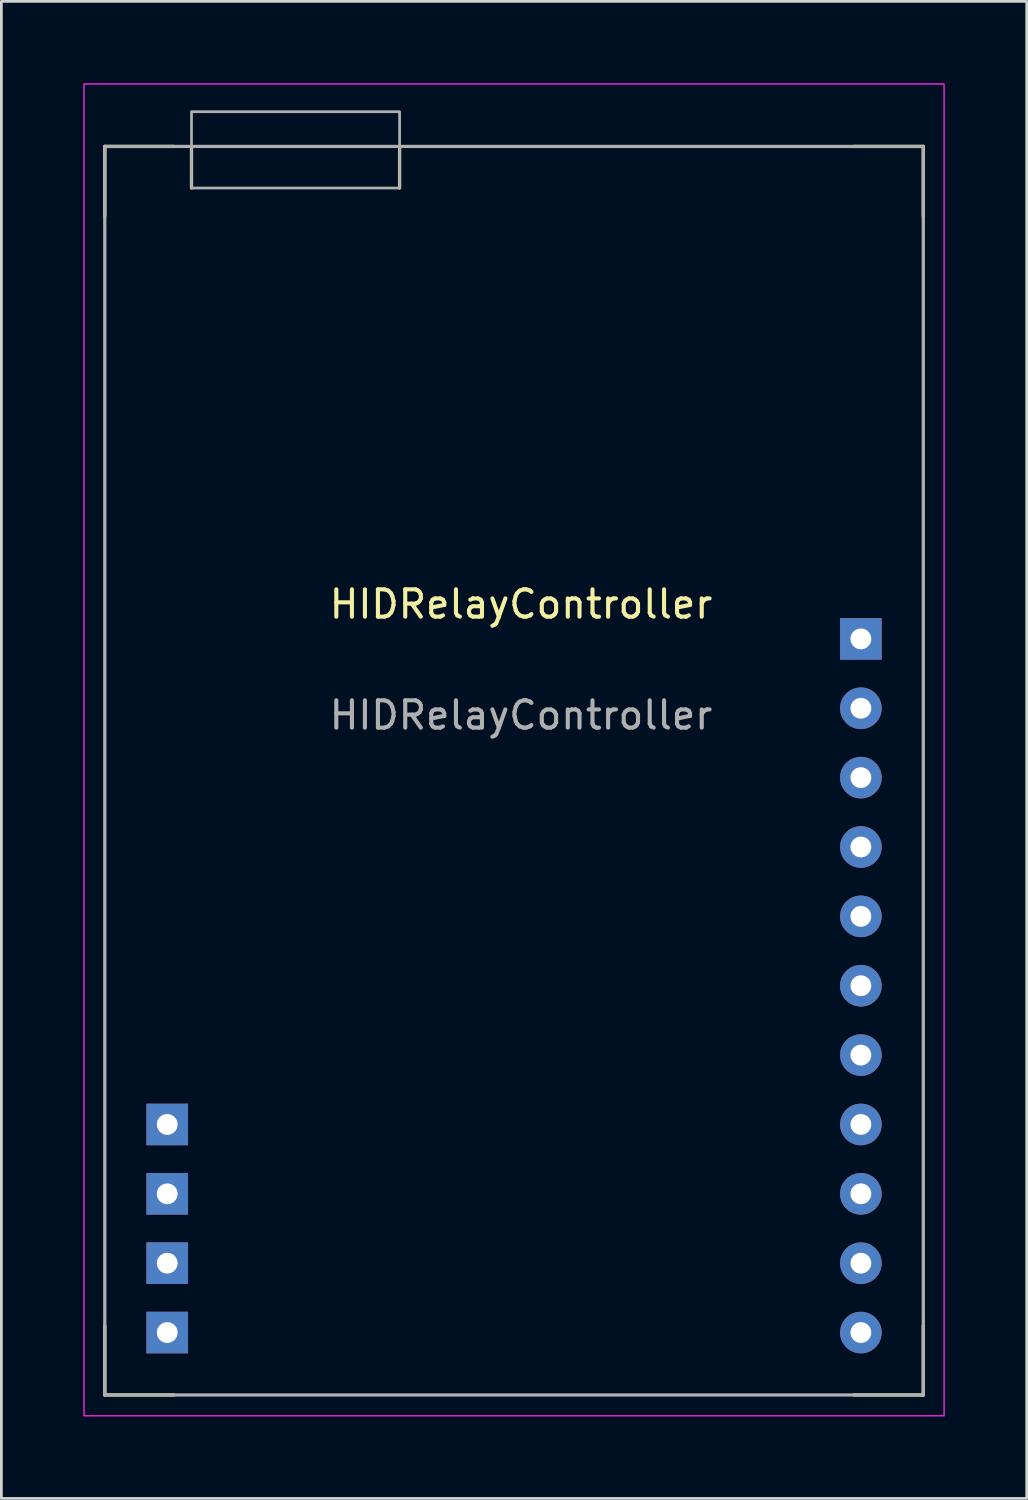
<source format=kicad_pcb>
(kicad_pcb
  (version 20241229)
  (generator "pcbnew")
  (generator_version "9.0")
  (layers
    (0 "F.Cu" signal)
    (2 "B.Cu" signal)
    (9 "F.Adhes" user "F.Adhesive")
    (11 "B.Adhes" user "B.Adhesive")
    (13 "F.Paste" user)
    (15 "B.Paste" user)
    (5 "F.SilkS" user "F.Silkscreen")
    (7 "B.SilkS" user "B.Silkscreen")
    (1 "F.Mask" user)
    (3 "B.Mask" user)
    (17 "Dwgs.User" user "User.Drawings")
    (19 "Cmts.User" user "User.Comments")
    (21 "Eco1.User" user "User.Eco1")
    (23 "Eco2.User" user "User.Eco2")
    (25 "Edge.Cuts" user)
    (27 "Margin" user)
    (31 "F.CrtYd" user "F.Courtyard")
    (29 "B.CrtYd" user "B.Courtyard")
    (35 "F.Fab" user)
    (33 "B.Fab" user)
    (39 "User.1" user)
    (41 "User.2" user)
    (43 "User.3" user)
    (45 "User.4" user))
  (footprint "HIDRelayController"
    (layer "F.Cu")
    (at 15.773 25.171)
    (property "Reference" "HIDRelayController" (at 0.254 -6.096 0) (unlocked yes) (layer "F.SilkS") (effects (font (size 1 1) (thickness 0.15))))
    (attr through_hole)
    (fp_line (start -14.986 -22.86) (end -14.986 -20.32) (stroke (width 0.12) (type solid)) (layer "F.SilkS"))
    (fp_line (start -14.986 -22.86) (end -12.446 -22.86) (stroke (width 0.12) (type solid)) (layer "F.SilkS"))
    (fp_line (start -14.986 22.86) (end -14.986 20.32) (stroke (width 0.12) (type solid)) (layer "F.SilkS"))
    (fp_line (start -14.986 22.86) (end -12.446 22.86) (stroke (width 0.12) (type solid)) (layer "F.SilkS"))
    (fp_line (start -11.811 -22.86) (end -11.811 -21.336) (stroke (width 0.12) (type solid)) (layer "F.SilkS"))
    (fp_line (start -4.191 -22.86) (end -4.191 -21.336) (stroke (width 0.12) (type solid)) (layer "F.SilkS"))
    (fp_line (start 14.986 -22.86) (end 12.446 -22.86) (stroke (width 0.12) (type solid)) (layer "F.SilkS"))
    (fp_line (start 14.986 -22.86) (end 14.986 -20.32) (stroke (width 0.12) (type solid)) (layer "F.SilkS"))
    (fp_line (start 14.986 22.86) (end 12.446 22.86) (stroke (width 0.12) (type solid)) (layer "F.SilkS"))
    (fp_line (start 14.986 22.86) (end 14.986 20.32) (stroke (width 0.12) (type solid)) (layer "F.SilkS"))
    (fp_rect (start -15.748 -25.146) (end 15.748 23.622) (stroke (width 0.05) (type solid)) (fill no) (layer "F.CrtYd"))
    (fp_rect (start -14.986 -22.86) (end 14.986 22.86) (stroke (width 0.12) (type solid)) (fill no) (layer "F.Fab"))
    (fp_rect (start -11.811 -24.13) (end -4.191 -21.336) (stroke (width 0.1) (type solid)) (fill no) (layer "F.Fab"))
    (fp_text user "${REFERENCE}" (at 0.254 -2.032 0) (unlocked yes) (layer "F.Fab") (effects (font (size 1 1) (thickness 0.15))))
    (pad "1" thru_hole rect (at 12.7 -4.826) (size 1.524 1.524) (drill 0.762) (layers "*.Cu" "*.Mask"))
    (pad "2" thru_hole circle (at 12.7 -2.286) (size 1.524 1.524) (drill 0.762) (layers "*.Cu" "*.Mask"))
    (pad "3" thru_hole circle (at 12.7 0.254) (size 1.524 1.524) (drill 0.762) (layers "*.Cu" "*.Mask"))
    (pad "4" thru_hole circle (at 12.7 2.794) (size 1.524 1.524) (drill 0.762) (layers "*.Cu" "*.Mask"))
    (pad "5" thru_hole circle (at 12.7 5.334) (size 1.524 1.524) (drill 0.762) (layers "*.Cu" "*.Mask"))
    (pad "6" thru_hole circle (at 12.7 7.874) (size 1.524 1.524) (drill 0.762) (layers "*.Cu" "*.Mask"))
    (pad "7" thru_hole circle (at 12.7 10.414) (size 1.524 1.524) (drill 0.762) (layers "*.Cu" "*.Mask"))
    (pad "8" thru_hole circle (at 12.7 12.954) (size 1.524 1.524) (drill 0.762) (layers "*.Cu" "*.Mask"))
    (pad "9" thru_hole circle (at 12.7 15.494) (size 1.524 1.524) (drill 0.762) (layers "*.Cu" "*.Mask"))
    (pad "10" thru_hole circle (at 12.7 18.034) (size 1.524 1.524) (drill 0.762) (layers "*.Cu" "*.Mask"))
    (pad "11" thru_hole circle (at 12.7 20.574) (size 1.524 1.524) (drill 0.762) (layers "*.Cu" "*.Mask"))
    (pad "12" thru_hole rect (at -12.7 20.574) (size 1.524 1.524) (drill 0.762) (layers "*.Cu" "*.Mask"))
    (pad "13" thru_hole rect (at -12.7 18.034) (size 1.524 1.524) (drill 0.762) (layers "*.Cu" "*.Mask"))
    (pad "14" thru_hole rect (at -12.7 15.494) (size 1.524 1.524) (drill 0.762) (layers "*.Cu" "*.Mask"))
    (pad "15" thru_hole rect (at -12.7 12.954) (size 1.524 1.524) (drill 0.762) (layers "*.Cu" "*.Mask")))
  (gr_rect
    (start -3 -3)
    (end 34.546 51.818)
    (stroke (width 0.1) (type default))
    (fill no)
    (layer "Edge.Cuts")))
</source>
